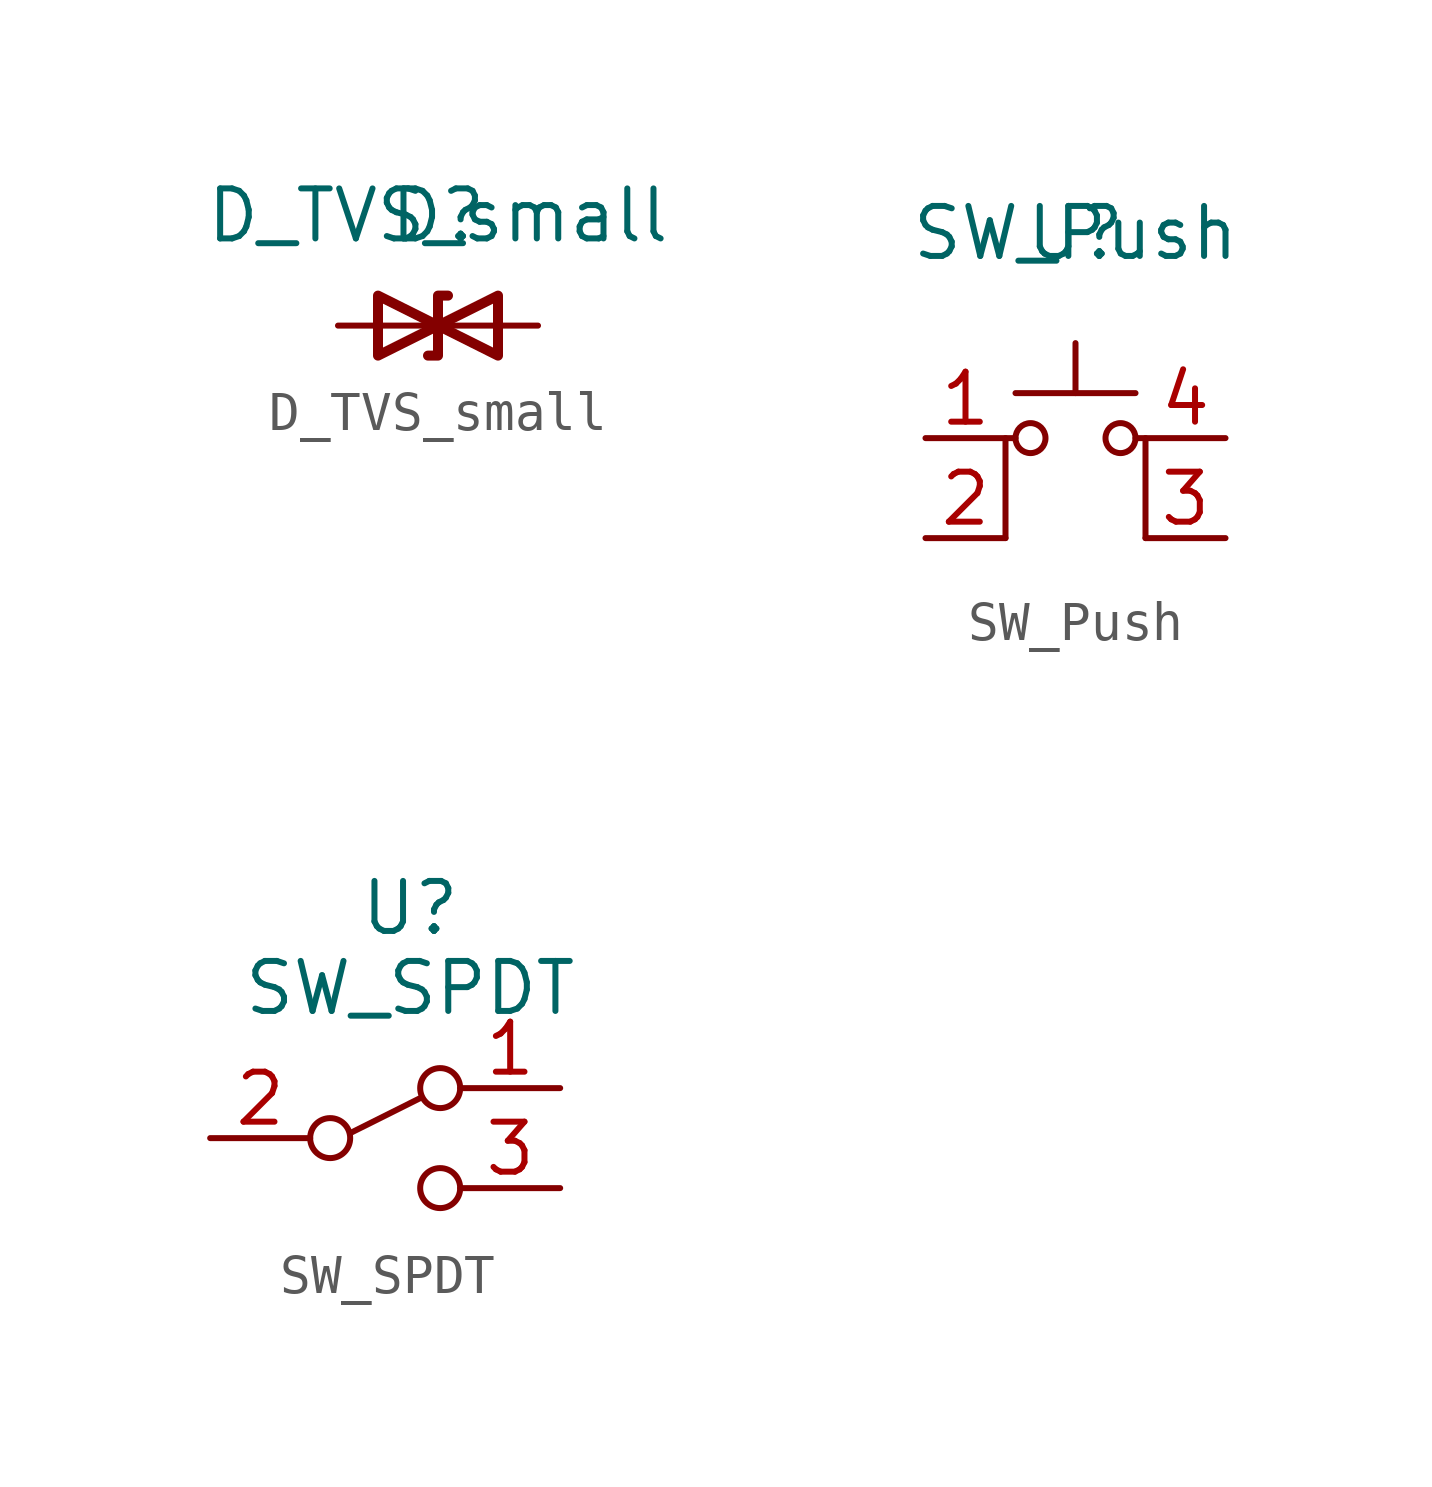
<source format=kicad_sym>
(kicad_symbol_lib
  (version 20211014)
  (generator kicad_symbol_editor)
  (symbol "D_TVS_small"
    (pin_numbers hide)
    (pin_names hide)
    (property "Reference" "D"
      (at 0 2.794 0)
      (effects (font (size 1.27 1.27))))
    (property "Value" "D_TVS_small"
      (at 0 2.794 0)
      (effects (font (size 1.27 1.27))))
    (symbol "D_TVS_small_0_1"
      (polyline (pts (xy 0.254 0.762) (xy 0 0.762) (xy 0 -0.762) (xy -0.254 -0.762)) (stroke (width 0.254) (type default) (color 0 0 0 0)) (fill (type none)))
      (polyline (pts (xy -1.524 0.762) (xy -1.524 -0.762) (xy 1.524 0.762) (xy 1.524 -0.762) (xy -1.524 0.762)) (stroke (width 0.254) (type default) (color 0 0 0 0)) (fill (type none))))
    (symbol "D_TVS_small_1_1"
      (pin passive line (at -2.54 0 0) (length 2.54) (name "A1" (effects (font (size 1.27 1.27)))) (number "1" (effects (font (size 1.27 1.27)))))
      (pin passive line (at 2.54 0 180) (length 2.54) (name "A2" (effects (font (size 1.27 1.27)))) (number "2" (effects (font (size 1.27 1.27)))))))
  (symbol "SW_Push"
    (pin_names hide)
    (property "Reference" "U"
      (at 0 5.207 0)
      (effects (font (size 1.27 1.27))))
    (property "Value" "SW_Push"
      (at 0 5.207 0)
      (effects (font (size 1.27 1.27))))
    (symbol "SW_Push_0_1"
      (circle (center -1.143 0) (radius 0.381) (stroke (width 0) (type default) (color 0 0 0 0)) (fill (type none)))
      (polyline (pts (xy -1.524 1.143) (xy 1.524 1.143)) (stroke (width 0) (type default) (color 0 0 0 0)) (fill (type none)))
      (polyline (pts (xy 0 1.143) (xy 0 2.413)) (stroke (width 0) (type default) (color 0 0 0 0)) (fill (type none)))
      (polyline (pts (xy -1.778 -2.54) (xy -1.778 0) (xy -1.524 0)) (stroke (width 0) (type default) (color 0 0 0 0)) (fill (type none)))
      (polyline (pts (xy 1.778 -2.54) (xy 1.778 0) (xy 1.524 0)) (stroke (width 0) (type default) (color 0 0 0 0)) (fill (type none)))
      (circle (center 1.143 0) (radius 0.381) (stroke (width 0) (type default) (color 0 0 0 0)) (fill (type none)))
      (pin passive line (at -3.81 0 0) (length 2.032) (name "1" (effects (font (size 1.27 1.27)))) (number "1" (effects (font (size 1.27 1.27)))))
      (pin passive line (at -3.81 -2.54 0) (length 2.032) (name "2" (effects (font (size 1.27 1.27)))) (number "2" (effects (font (size 1.27 1.27)))))
      (pin passive line (at 3.81 -2.54 180) (length 2.032) (name "K" (effects (font (size 1.27 1.27)))) (number "3" (effects (font (size 1.27 1.27)))))
      (pin passive line (at 3.81 0 180) (length 2.032) (name "A" (effects (font (size 1.27 1.27)))) (number "4" (effects (font (size 1.27 1.27)))))))
  (symbol "SW_SPDT"
    (pin_names hide)
    (property "Reference" "U"
      (at 0 5.842 0)
      (effects (font (size 1.27 1.27))))
    (property "Value" "SW_SPDT"
      (at 0 3.81 0)
      (effects (font (size 1.27 1.27))))
    (symbol "SW_SPDT_0_0"
      (circle (center -2.032 0) (radius 0.508) (stroke (width 0) (type default) (color 0 0 0 0)) (fill (type none)))
      (circle (center 0.762 -1.27) (radius 0.508) (stroke (width 0) (type default) (color 0 0 0 0)) (fill (type none))))
    (symbol "SW_SPDT_0_1"
      (polyline (pts (xy -1.524 0.127) (xy 0.254 1.016)) (stroke (width 0) (type default) (color 0 0 0 0)) (fill (type none)))
      (circle (center 0.762 1.27) (radius 0.508) (stroke (width 0) (type default) (color 0 0 0 0)) (fill (type none))))
    (symbol "SW_SPDT_1_1"
      (pin passive line (at 3.81 1.27 180) (length 2.54) (name "A" (effects (font (size 1.27 1.27)))) (number "1" (effects (font (size 1.27 1.27)))))
      (pin passive line (at -5.08 0 0) (length 2.54) (name "B" (effects (font (size 1.27 1.27)))) (number "2" (effects (font (size 1.27 1.27)))))
      (pin passive line (at 3.81 -1.27 180) (length 2.54) (name "C" (effects (font (size 1.27 1.27)))) (number "3" (effects (font (size 1.27 1.27))))))))
</source>
